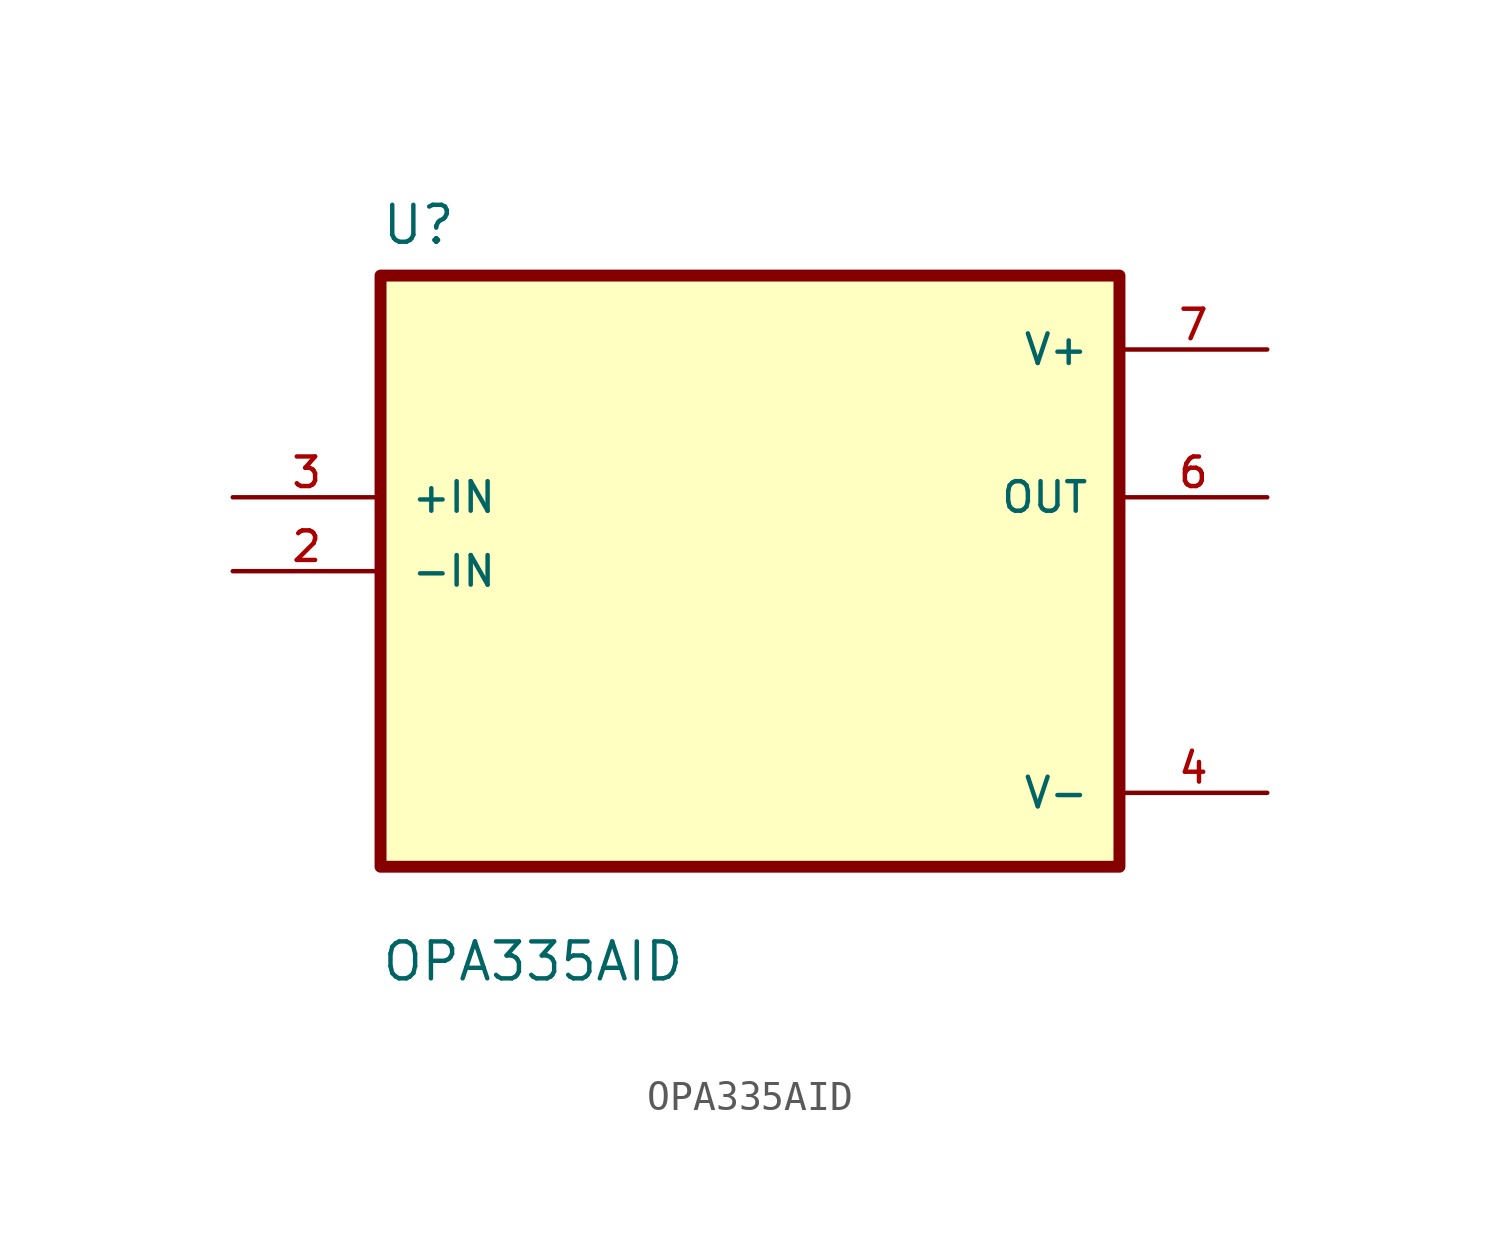
<source format=kicad_sym>
(kicad_symbol_lib
  (version 20211014)
  (generator kicad_symbol_editor)
  (symbol "OPA335AID"
    (pin_names
      (offset 1.016))
    (property "Reference" "U"
      (at -12.7 11.16 0.0)
      (effects (font (size 1.27 1.27)) (justify bottom left)))
    (property "Value" "OPA335AID"
      (at -12.7 -14.16 0.0)
      (effects (font (size 1.27 1.27)) (justify bottom left)))
    (symbol "OPA335AID_0_0"
      (rectangle (start -12.7 -10.16) (end 12.7 10.16) (stroke (width 0.41)) (fill (type background)))
      (pin input line (at -17.78 2.54 0) (length 5.08) (name "+IN" (effects (font (size 1.016 1.016)))) (number "3" (effects (font (size 1.016 1.016)))))
      (pin input line (at -17.78 0.0 0) (length 5.08) (name "-IN" (effects (font (size 1.016 1.016)))) (number "2" (effects (font (size 1.016 1.016)))))
      (pin power_in line (at 17.78 7.62 180.0) (length 5.08) (name "V+" (effects (font (size 1.016 1.016)))) (number "7" (effects (font (size 1.016 1.016)))))
      (pin output line (at 17.78 2.54 180.0) (length 5.08) (name "OUT" (effects (font (size 1.016 1.016)))) (number "6" (effects (font (size 1.016 1.016)))))
      (pin power_in line (at 17.78 -7.62 180.0) (length 5.08) (name "V-" (effects (font (size 1.016 1.016)))) (number "4" (effects (font (size 1.016 1.016))))))))
</source>
